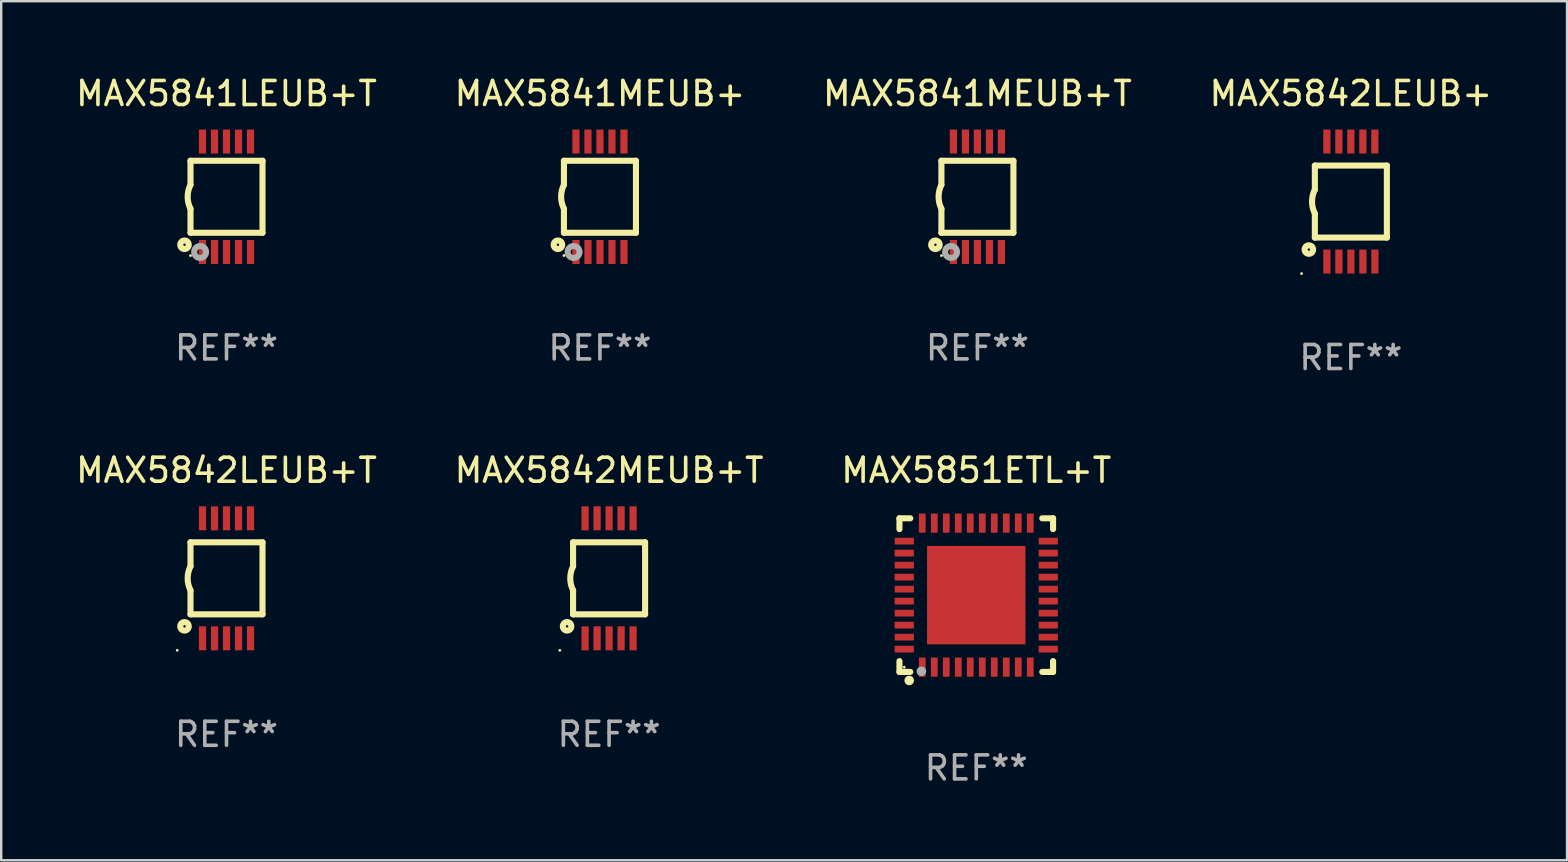
<source format=kicad_pcb>
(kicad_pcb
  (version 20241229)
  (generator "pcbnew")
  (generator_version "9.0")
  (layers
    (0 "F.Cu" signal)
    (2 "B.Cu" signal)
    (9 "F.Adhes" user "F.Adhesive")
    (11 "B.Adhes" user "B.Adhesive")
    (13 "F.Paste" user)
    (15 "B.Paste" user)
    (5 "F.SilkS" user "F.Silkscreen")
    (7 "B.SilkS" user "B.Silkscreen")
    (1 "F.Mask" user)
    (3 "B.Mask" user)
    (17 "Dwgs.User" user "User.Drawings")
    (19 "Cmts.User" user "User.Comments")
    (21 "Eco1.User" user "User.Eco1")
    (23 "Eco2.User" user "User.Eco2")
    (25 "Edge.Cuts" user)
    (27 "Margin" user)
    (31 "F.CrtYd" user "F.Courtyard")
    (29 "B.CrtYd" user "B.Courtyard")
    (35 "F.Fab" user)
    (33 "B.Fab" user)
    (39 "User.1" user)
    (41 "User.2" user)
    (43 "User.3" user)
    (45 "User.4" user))
  (footprint "MAX5851ETL+T"
    (layer "F.Cu")
    (at 37.625 21.745)
    (property "Reference" "MAX5851ETL+T" (at 0 -5.2 0) (layer "F.SilkS") (effects (font (size 1 1) (thickness 0.15))))
    (attr through_hole)
    (fp_line (start -3.2 -3.2) (end -3.2 -2.75) (stroke (width 0.254) (type solid)) (layer "F.SilkS"))
    (fp_line (start -3.2 3.2) (end -3.2 2.75) (stroke (width 0.254) (type solid)) (layer "F.SilkS"))
    (fp_line (start -2.75 -3.2) (end -3.2 -3.2) (stroke (width 0.254) (type solid)) (layer "F.SilkS"))
    (fp_line (start -2.75 3.2) (end -3.2 3.2) (stroke (width 0.254) (type solid)) (layer "F.SilkS"))
    (fp_line (start 3.2 -3.2) (end 2.75 -3.2) (stroke (width 0.254) (type solid)) (layer "F.SilkS"))
    (fp_line (start 3.2 -2.75) (end 3.2 -3.2) (stroke (width 0.254) (type solid)) (layer "F.SilkS"))
    (fp_line (start 3.2 2.75) (end 3.2 3.2) (stroke (width 0.254) (type solid)) (layer "F.SilkS"))
    (fp_line (start 3.2 3.2) (end 2.75 3.2) (stroke (width 0.254) (type solid)) (layer "F.SilkS"))
    (fp_circle (center -3 3) (end -2.97 3) (stroke (width 0.06) (type solid)) (fill no) (layer "F.SilkS"))
    (fp_circle (center -2.794 3.556) (end -2.694 3.556) (stroke (width 0.2) (type solid)) (fill no) (layer "F.SilkS"))
    (fp_circle (center -2.286 3.175) (end -2.186 3.175) (stroke (width 0.2) (type solid)) (fill no) (layer "F.Fab"))
    (fp_text user "REF**" (at 0 7.2 0) (layer "F.Fab") (effects (font (size 1 1) (thickness 0.15))))
    (pad "1" smd rect (at -2.25 3 180) (size 0.28 0.8) (layers "F.Cu" "F.Mask" "F.Paste"))
    (pad "2" smd rect (at -1.75 3 180) (size 0.28 0.8) (layers "F.Cu" "F.Mask" "F.Paste"))
    (pad "3" smd rect (at -1.25 3 180) (size 0.28 0.8) (layers "F.Cu" "F.Mask" "F.Paste"))
    (pad "4" smd rect (at -0.75 3 180) (size 0.28 0.8) (layers "F.Cu" "F.Mask" "F.Paste"))
    (pad "5" smd rect (at -0.25 3 180) (size 0.28 0.8) (layers "F.Cu" "F.Mask" "F.Paste"))
    (pad "6" smd rect (at 0.25 3 180) (size 0.28 0.8) (layers "F.Cu" "F.Mask" "F.Paste"))
    (pad "7" smd rect (at 0.75 3 180) (size 0.28 0.8) (layers "F.Cu" "F.Mask" "F.Paste"))
    (pad "8" smd rect (at 1.25 3 180) (size 0.28 0.8) (layers "F.Cu" "F.Mask" "F.Paste"))
    (pad "9" smd rect (at 1.75 3 180) (size 0.28 0.8) (layers "F.Cu" "F.Mask" "F.Paste"))
    (pad "10" smd rect (at 2.25 3 180) (size 0.28 0.8) (layers "F.Cu" "F.Mask" "F.Paste"))
    (pad "11" smd rect (at 3 2.25 90) (size 0.28 0.8) (layers "F.Cu" "F.Mask" "F.Paste"))
    (pad "12" smd rect (at 3 1.75 90) (size 0.28 0.8) (layers "F.Cu" "F.Mask" "F.Paste"))
    (pad "13" smd rect (at 3 1.25 90) (size 0.28 0.8) (layers "F.Cu" "F.Mask" "F.Paste"))
    (pad "14" smd rect (at 3 0.75 90) (size 0.28 0.8) (layers "F.Cu" "F.Mask" "F.Paste"))
    (pad "15" smd rect (at 3 0.25 90) (size 0.28 0.8) (layers "F.Cu" "F.Mask" "F.Paste"))
    (pad "16" smd rect (at 3 -0.25 90) (size 0.28 0.8) (layers "F.Cu" "F.Mask" "F.Paste"))
    (pad "17" smd rect (at 3 -0.75 90) (size 0.28 0.8) (layers "F.Cu" "F.Mask" "F.Paste"))
    (pad "18" smd rect (at 3 -1.25 90) (size 0.28 0.8) (layers "F.Cu" "F.Mask" "F.Paste"))
    (pad "19" smd rect (at 3 -1.75 90) (size 0.28 0.8) (layers "F.Cu" "F.Mask" "F.Paste"))
    (pad "20" smd rect (at 3 -2.25 90) (size 0.28 0.8) (layers "F.Cu" "F.Mask" "F.Paste"))
    (pad "21" smd rect (at 2.25 -3 180) (size 0.28 0.8) (layers "F.Cu" "F.Mask" "F.Paste"))
    (pad "22" smd rect (at 1.75 -3 180) (size 0.28 0.8) (layers "F.Cu" "F.Mask" "F.Paste"))
    (pad "23" smd rect (at 1.25 -3 180) (size 0.28 0.8) (layers "F.Cu" "F.Mask" "F.Paste"))
    (pad "24" smd rect (at 0.75 -3 180) (size 0.28 0.8) (layers "F.Cu" "F.Mask" "F.Paste"))
    (pad "25" smd rect (at 0.25 -3 180) (size 0.28 0.8) (layers "F.Cu" "F.Mask" "F.Paste"))
    (pad "26" smd rect (at -0.25 -3 180) (size 0.28 0.8) (layers "F.Cu" "F.Mask" "F.Paste"))
    (pad "27" smd rect (at -0.75 -3 180) (size 0.28 0.8) (layers "F.Cu" "F.Mask" "F.Paste"))
    (pad "28" smd rect (at -1.25 -3 180) (size 0.28 0.8) (layers "F.Cu" "F.Mask" "F.Paste"))
    (pad "29" smd rect (at -1.75 -3 180) (size 0.28 0.8) (layers "F.Cu" "F.Mask" "F.Paste"))
    (pad "30" smd rect (at -2.25 -3 180) (size 0.28 0.8) (layers "F.Cu" "F.Mask" "F.Paste"))
    (pad "31" smd rect (at -3 -2.25 90) (size 0.28 0.8) (layers "F.Cu" "F.Mask" "F.Paste"))
    (pad "32" smd rect (at -3 -1.75 90) (size 0.28 0.8) (layers "F.Cu" "F.Mask" "F.Paste"))
    (pad "33" smd rect (at -3 -1.25 90) (size 0.28 0.8) (layers "F.Cu" "F.Mask" "F.Paste"))
    (pad "34" smd rect (at -3 -0.75 90) (size 0.28 0.8) (layers "F.Cu" "F.Mask" "F.Paste"))
    (pad "35" smd rect (at -3 -0.25 90) (size 0.28 0.8) (layers "F.Cu" "F.Mask" "F.Paste"))
    (pad "36" smd rect (at -3 0.25 90) (size 0.28 0.8) (layers "F.Cu" "F.Mask" "F.Paste"))
    (pad "37" smd rect (at -3 0.75 90) (size 0.28 0.8) (layers "F.Cu" "F.Mask" "F.Paste"))
    (pad "38" smd rect (at -3 1.25 90) (size 0.28 0.8) (layers "F.Cu" "F.Mask" "F.Paste"))
    (pad "39" smd rect (at -3 1.75 90) (size 0.28 0.8) (layers "F.Cu" "F.Mask" "F.Paste"))
    (pad "40" smd rect (at -3 2.25 90) (size 0.28 0.8) (layers "F.Cu" "F.Mask" "F.Paste"))
    (pad "41" smd rect (at 0.000025 0.000025 90) (size 4.1 4.1) (layers "F.Cu" "F.Mask" "F.Paste")))
  (footprint "MAX5841LEUB+T"
    (layer "F.Cu")
    (at 6.387 5.148)
    (property "Reference" "MAX5841LEUB+T" (at 0 -4.3 0) (layer "F.SilkS") (effects (font (size 1 1) (thickness 0.15))))
    (attr through_hole)
    (fp_line (start -1.5 -1.5) (end -1.5 -0.5) (stroke (width 0.254) (type solid)) (layer "F.SilkS"))
    (fp_line (start -1.5 1.5) (end -1.5 0.5) (stroke (width 0.254) (type solid)) (layer "F.SilkS"))
    (fp_line (start -1.5 1.5) (end 1.5 1.5) (stroke (width 0.254) (type solid)) (layer "F.SilkS"))
    (fp_line (start 1.5 1.5) (end 1.5 -1.5) (stroke (width 0.254) (type solid)) (layer "F.SilkS"))
    (fp_line (start 1.5 -1.5) (end -1.5 -1.5) (stroke (width 0.254) (type solid)) (layer "F.SilkS"))
    (fp_arc (start -1.500165 0.5) (mid -1.618199 0) (end -1.500165 -0.5) (stroke (width 0.254001) (type solid)) (layer "F.SilkS"))
    (fp_circle (center -1.75 2) (end -1.573 2) (stroke (width 0.254) (type solid)) (fill no) (layer "F.SilkS"))
    (fp_circle (center -1.499 2.45) (end -1.469 2.45) (stroke (width 0.06) (type solid)) (fill no) (layer "F.SilkS"))
    (fp_circle (center -1.099 2.3) (end -0.975 2.3) (stroke (width 0.25) (type solid)) (fill no) (layer "F.Fab"))
    (fp_text user "REF**" (at 0 6.3 0) (layer "F.Fab") (effects (font (size 1 1) (thickness 0.15))))
    (pad "1" smd rect (at -0.999 2.3 180) (size 0.3 1) (layers "F.Cu" "F.Mask" "F.Paste"))
    (pad "2" smd rect (at -0.499 2.3 180) (size 0.3 1) (layers "F.Cu" "F.Mask" "F.Paste"))
    (pad "3" smd rect (at 0.001 2.3 180) (size 0.3 1) (layers "F.Cu" "F.Mask" "F.Paste"))
    (pad "4" smd rect (at 0.501 2.3 180) (size 0.3 1) (layers "F.Cu" "F.Mask" "F.Paste"))
    (pad "5" smd rect (at 1.001 2.3 180) (size 0.3 1) (layers "F.Cu" "F.Mask" "F.Paste"))
    (pad "6" smd rect (at 1 -2.3 180) (size 0.3 1) (layers "F.Cu" "F.Mask" "F.Paste"))
    (pad "7" smd rect (at 0.5 -2.3 180) (size 0.3 1) (layers "F.Cu" "F.Mask" "F.Paste"))
    (pad "8" smd rect (at -0.000165 -2.3 180) (size 0.3 1) (layers "F.Cu" "F.Mask" "F.Paste"))
    (pad "9" smd rect (at -0.5 -2.3 180) (size 0.3 1) (layers "F.Cu" "F.Mask" "F.Paste"))
    (pad "10" smd rect (at -1 -2.3 180) (size 0.3 1) (layers "F.Cu" "F.Mask" "F.Paste")))
  (footprint "MAX5842LEUB+T"
    (layer "F.Cu")
    (at 6.387 21.045)
    (property "Reference" "MAX5842LEUB+T" (at 0 -4.5 0) (layer "F.SilkS") (effects (font (size 1 1) (thickness 0.15))))
    (attr through_hole)
    (fp_line (start -1.5 -1.5) (end -1.5 -0.5) (stroke (width 0.254) (type solid)) (layer "F.SilkS"))
    (fp_line (start -1.5 1.5) (end -1.5 0.5) (stroke (width 0.254) (type solid)) (layer "F.SilkS"))
    (fp_line (start -1.5 1.5) (end 1.5 1.5) (stroke (width 0.254) (type solid)) (layer "F.SilkS"))
    (fp_line (start 1.5 1.5) (end 1.5 -1.5) (stroke (width 0.254) (type solid)) (layer "F.SilkS"))
    (fp_line (start 1.5 -1.5) (end -1.5 -1.5) (stroke (width 0.254) (type solid)) (layer "F.SilkS"))
    (fp_arc (start -1.500165 0.499873) (mid -1.618199 -0.000127) (end -1.500165 -0.500127) (stroke (width 0.254001) (type solid)) (layer "F.SilkS"))
    (fp_circle (center -2.054 3) (end -2.024 3) (stroke (width 0.06) (type solid)) (fill no) (layer "F.SilkS"))
    (fp_circle (center -1.75 2) (end -1.573 2) (stroke (width 0.254) (type solid)) (fill no) (layer "F.SilkS"))
    (fp_text user "REF**" (at 0 6.5 0) (layer "F.Fab") (effects (font (size 1 1) (thickness 0.15))))
    (pad "1" smd rect (at -0.999 2.5 180) (size 0.3 1) (layers "F.Cu" "F.Mask" "F.Paste"))
    (pad "2" smd rect (at -0.499 2.5 180) (size 0.3 1) (layers "F.Cu" "F.Mask" "F.Paste"))
    (pad "3" smd rect (at 0.001 2.5 180) (size 0.3 1) (layers "F.Cu" "F.Mask" "F.Paste"))
    (pad "4" smd rect (at 0.501 2.5 180) (size 0.3 1) (layers "F.Cu" "F.Mask" "F.Paste"))
    (pad "5" smd rect (at 1.001 2.5 180) (size 0.3 1) (layers "F.Cu" "F.Mask" "F.Paste"))
    (pad "6" smd rect (at 1 -2.5 180) (size 0.3 1) (layers "F.Cu" "F.Mask" "F.Paste"))
    (pad "7" smd rect (at 0.5 -2.5 180) (size 0.3 1) (layers "F.Cu" "F.Mask" "F.Paste"))
    (pad "8" smd rect (at -0.000165 -2.5 180) (size 0.3 1) (layers "F.Cu" "F.Mask" "F.Paste"))
    (pad "9" smd rect (at -0.5 -2.5 180) (size 0.3 1) (layers "F.Cu" "F.Mask" "F.Paste"))
    (pad "10" smd rect (at -1 -2.5 180) (size 0.3 1) (layers "F.Cu" "F.Mask" "F.Paste")))
  (footprint "MAX5841MEUB+T"
    (layer "F.Cu")
    (at 37.673 5.148)
    (property "Reference" "MAX5841MEUB+T" (at 0 -4.3 0) (layer "F.SilkS") (effects (font (size 1 1) (thickness 0.15))))
    (attr through_hole)
    (fp_line (start -1.5 -1.5) (end -1.5 -0.5) (stroke (width 0.254) (type solid)) (layer "F.SilkS"))
    (fp_line (start -1.5 1.5) (end -1.5 0.5) (stroke (width 0.254) (type solid)) (layer "F.SilkS"))
    (fp_line (start -1.5 1.5) (end 1.5 1.5) (stroke (width 0.254) (type solid)) (layer "F.SilkS"))
    (fp_line (start 1.5 1.5) (end 1.5 -1.5) (stroke (width 0.254) (type solid)) (layer "F.SilkS"))
    (fp_line (start 1.5 -1.5) (end -1.5 -1.5) (stroke (width 0.254) (type solid)) (layer "F.SilkS"))
    (fp_arc (start -1.500165 0.5) (mid -1.618199 0) (end -1.500165 -0.5) (stroke (width 0.254001) (type solid)) (layer "F.SilkS"))
    (fp_circle (center -1.75 2) (end -1.573 2) (stroke (width 0.254) (type solid)) (fill no) (layer "F.SilkS"))
    (fp_circle (center -1.499 2.45) (end -1.469 2.45) (stroke (width 0.06) (type solid)) (fill no) (layer "F.SilkS"))
    (fp_circle (center -1.099 2.3) (end -0.975 2.3) (stroke (width 0.25) (type solid)) (fill no) (layer "F.Fab"))
    (fp_text user "REF**" (at 0 6.3 0) (layer "F.Fab") (effects (font (size 1 1) (thickness 0.15))))
    (pad "1" smd rect (at -0.999 2.3 180) (size 0.3 1) (layers "F.Cu" "F.Mask" "F.Paste"))
    (pad "2" smd rect (at -0.499 2.3 180) (size 0.3 1) (layers "F.Cu" "F.Mask" "F.Paste"))
    (pad "3" smd rect (at 0.001 2.3 180) (size 0.3 1) (layers "F.Cu" "F.Mask" "F.Paste"))
    (pad "4" smd rect (at 0.501 2.3 180) (size 0.3 1) (layers "F.Cu" "F.Mask" "F.Paste"))
    (pad "5" smd rect (at 1.001 2.3 180) (size 0.3 1) (layers "F.Cu" "F.Mask" "F.Paste"))
    (pad "6" smd rect (at 1 -2.3 180) (size 0.3 1) (layers "F.Cu" "F.Mask" "F.Paste"))
    (pad "7" smd rect (at 0.5 -2.3 180) (size 0.3 1) (layers "F.Cu" "F.Mask" "F.Paste"))
    (pad "8" smd rect (at -0.000165 -2.3 180) (size 0.3 1) (layers "F.Cu" "F.Mask" "F.Paste"))
    (pad "9" smd rect (at -0.5 -2.3 180) (size 0.3 1) (layers "F.Cu" "F.Mask" "F.Paste"))
    (pad "10" smd rect (at -1 -2.3 180) (size 0.3 1) (layers "F.Cu" "F.Mask" "F.Paste")))
  (footprint "MAX5842LEUB+"
    (layer "F.Cu")
    (at 53.232 5.348)
    (property "Reference" "MAX5842LEUB+" (at 0 -4.5 0) (layer "F.SilkS") (effects (font (size 1 1) (thickness 0.15))))
    (attr through_hole)
    (fp_line (start -1.5 -1.5) (end -1.5 -0.5) (stroke (width 0.254) (type solid)) (layer "F.SilkS"))
    (fp_line (start -1.5 1.5) (end -1.5 0.5) (stroke (width 0.254) (type solid)) (layer "F.SilkS"))
    (fp_line (start -1.5 1.5) (end 1.5 1.5) (stroke (width 0.254) (type solid)) (layer "F.SilkS"))
    (fp_line (start 1.5 1.5) (end 1.5 -1.5) (stroke (width 0.254) (type solid)) (layer "F.SilkS"))
    (fp_line (start 1.5 -1.5) (end -1.5 -1.5) (stroke (width 0.254) (type solid)) (layer "F.SilkS"))
    (fp_arc (start -1.500165 0.499873) (mid -1.618199 -0.000127) (end -1.500165 -0.500127) (stroke (width 0.254001) (type solid)) (layer "F.SilkS"))
    (fp_circle (center -2.054 3) (end -2.024 3) (stroke (width 0.06) (type solid)) (fill no) (layer "F.SilkS"))
    (fp_circle (center -1.75 2) (end -1.573 2) (stroke (width 0.254) (type solid)) (fill no) (layer "F.SilkS"))
    (fp_text user "REF**" (at 0 6.5 0) (layer "F.Fab") (effects (font (size 1 1) (thickness 0.15))))
    (pad "1" smd rect (at -0.999 2.5 180) (size 0.3 1) (layers "F.Cu" "F.Mask" "F.Paste"))
    (pad "2" smd rect (at -0.499 2.5 180) (size 0.3 1) (layers "F.Cu" "F.Mask" "F.Paste"))
    (pad "3" smd rect (at 0.001 2.5 180) (size 0.3 1) (layers "F.Cu" "F.Mask" "F.Paste"))
    (pad "4" smd rect (at 0.501 2.5 180) (size 0.3 1) (layers "F.Cu" "F.Mask" "F.Paste"))
    (pad "5" smd rect (at 1.001 2.5 180) (size 0.3 1) (layers "F.Cu" "F.Mask" "F.Paste"))
    (pad "6" smd rect (at 1 -2.5 180) (size 0.3 1) (layers "F.Cu" "F.Mask" "F.Paste"))
    (pad "7" smd rect (at 0.5 -2.5 180) (size 0.3 1) (layers "F.Cu" "F.Mask" "F.Paste"))
    (pad "8" smd rect (at -0.000165 -2.5 180) (size 0.3 1) (layers "F.Cu" "F.Mask" "F.Paste"))
    (pad "9" smd rect (at -0.5 -2.5 180) (size 0.3 1) (layers "F.Cu" "F.Mask" "F.Paste"))
    (pad "10" smd rect (at -1 -2.5 180) (size 0.3 1) (layers "F.Cu" "F.Mask" "F.Paste")))
  (footprint "MAX5842MEUB+T"
    (layer "F.Cu")
    (at 22.327 21.045)
    (property "Reference" "MAX5842MEUB+T" (at 0 -4.5 0) (layer "F.SilkS") (effects (font (size 1 1) (thickness 0.15))))
    (attr through_hole)
    (fp_line (start -1.5 -1.5) (end -1.5 -0.5) (stroke (width 0.254) (type solid)) (layer "F.SilkS"))
    (fp_line (start -1.5 1.5) (end -1.5 0.5) (stroke (width 0.254) (type solid)) (layer "F.SilkS"))
    (fp_line (start -1.5 1.5) (end 1.5 1.5) (stroke (width 0.254) (type solid)) (layer "F.SilkS"))
    (fp_line (start 1.5 1.5) (end 1.5 -1.5) (stroke (width 0.254) (type solid)) (layer "F.SilkS"))
    (fp_line (start 1.5 -1.5) (end -1.5 -1.5) (stroke (width 0.254) (type solid)) (layer "F.SilkS"))
    (fp_arc (start -1.500165 0.499873) (mid -1.618199 -0.000127) (end -1.500165 -0.500127) (stroke (width 0.254001) (type solid)) (layer "F.SilkS"))
    (fp_circle (center -2.054 3) (end -2.024 3) (stroke (width 0.06) (type solid)) (fill no) (layer "F.SilkS"))
    (fp_circle (center -1.75 2) (end -1.573 2) (stroke (width 0.254) (type solid)) (fill no) (layer "F.SilkS"))
    (fp_text user "REF**" (at 0 6.5 0) (layer "F.Fab") (effects (font (size 1 1) (thickness 0.15))))
    (pad "1" smd rect (at -0.999 2.5 180) (size 0.3 1) (layers "F.Cu" "F.Mask" "F.Paste"))
    (pad "2" smd rect (at -0.499 2.5 180) (size 0.3 1) (layers "F.Cu" "F.Mask" "F.Paste"))
    (pad "3" smd rect (at 0.001 2.5 180) (size 0.3 1) (layers "F.Cu" "F.Mask" "F.Paste"))
    (pad "4" smd rect (at 0.501 2.5 180) (size 0.3 1) (layers "F.Cu" "F.Mask" "F.Paste"))
    (pad "5" smd rect (at 1.001 2.5 180) (size 0.3 1) (layers "F.Cu" "F.Mask" "F.Paste"))
    (pad "6" smd rect (at 1 -2.5 180) (size 0.3 1) (layers "F.Cu" "F.Mask" "F.Paste"))
    (pad "7" smd rect (at 0.5 -2.5 180) (size 0.3 1) (layers "F.Cu" "F.Mask" "F.Paste"))
    (pad "8" smd rect (at -0.000165 -2.5 180) (size 0.3 1) (layers "F.Cu" "F.Mask" "F.Paste"))
    (pad "9" smd rect (at -0.5 -2.5 180) (size 0.3 1) (layers "F.Cu" "F.Mask" "F.Paste"))
    (pad "10" smd rect (at -1 -2.5 180) (size 0.3 1) (layers "F.Cu" "F.Mask" "F.Paste")))
  (footprint "MAX5841MEUB+"
    (layer "F.Cu")
    (at 21.946 5.148)
    (property "Reference" "MAX5841MEUB+" (at 0 -4.3 0) (layer "F.SilkS") (effects (font (size 1 1) (thickness 0.15))))
    (attr through_hole)
    (fp_line (start -1.5 -1.5) (end -1.5 -0.5) (stroke (width 0.254) (type solid)) (layer "F.SilkS"))
    (fp_line (start -1.5 1.5) (end -1.5 0.5) (stroke (width 0.254) (type solid)) (layer "F.SilkS"))
    (fp_line (start -1.5 1.5) (end 1.5 1.5) (stroke (width 0.254) (type solid)) (layer "F.SilkS"))
    (fp_line (start 1.5 1.5) (end 1.5 -1.5) (stroke (width 0.254) (type solid)) (layer "F.SilkS"))
    (fp_line (start 1.5 -1.5) (end -1.5 -1.5) (stroke (width 0.254) (type solid)) (layer "F.SilkS"))
    (fp_arc (start -1.500165 0.5) (mid -1.618199 0) (end -1.500165 -0.5) (stroke (width 0.254001) (type solid)) (layer "F.SilkS"))
    (fp_circle (center -1.75 2) (end -1.573 2) (stroke (width 0.254) (type solid)) (fill no) (layer "F.SilkS"))
    (fp_circle (center -1.499 2.45) (end -1.469 2.45) (stroke (width 0.06) (type solid)) (fill no) (layer "F.SilkS"))
    (fp_circle (center -1.099 2.3) (end -0.975 2.3) (stroke (width 0.25) (type solid)) (fill no) (layer "F.Fab"))
    (fp_text user "REF**" (at 0 6.3 0) (layer "F.Fab") (effects (font (size 1 1) (thickness 0.15))))
    (pad "1" smd rect (at -0.999 2.3 180) (size 0.3 1) (layers "F.Cu" "F.Mask" "F.Paste"))
    (pad "2" smd rect (at -0.499 2.3 180) (size 0.3 1) (layers "F.Cu" "F.Mask" "F.Paste"))
    (pad "3" smd rect (at 0.001 2.3 180) (size 0.3 1) (layers "F.Cu" "F.Mask" "F.Paste"))
    (pad "4" smd rect (at 0.501 2.3 180) (size 0.3 1) (layers "F.Cu" "F.Mask" "F.Paste"))
    (pad "5" smd rect (at 1.001 2.3 180) (size 0.3 1) (layers "F.Cu" "F.Mask" "F.Paste"))
    (pad "6" smd rect (at 1 -2.3 180) (size 0.3 1) (layers "F.Cu" "F.Mask" "F.Paste"))
    (pad "7" smd rect (at 0.5 -2.3 180) (size 0.3 1) (layers "F.Cu" "F.Mask" "F.Paste"))
    (pad "8" smd rect (at -0.000165 -2.3 180) (size 0.3 1) (layers "F.Cu" "F.Mask" "F.Paste"))
    (pad "9" smd rect (at -0.5 -2.3 180) (size 0.3 1) (layers "F.Cu" "F.Mask" "F.Paste"))
    (pad "10" smd rect (at -1 -2.3 180) (size 0.3 1) (layers "F.Cu" "F.Mask" "F.Paste")))
  (gr_rect
    (start -3 -3)
    (end 62.238 32.793)
    (stroke (width 0.1) (type default))
    (fill no)
    (layer "Edge.Cuts")))
</source>
